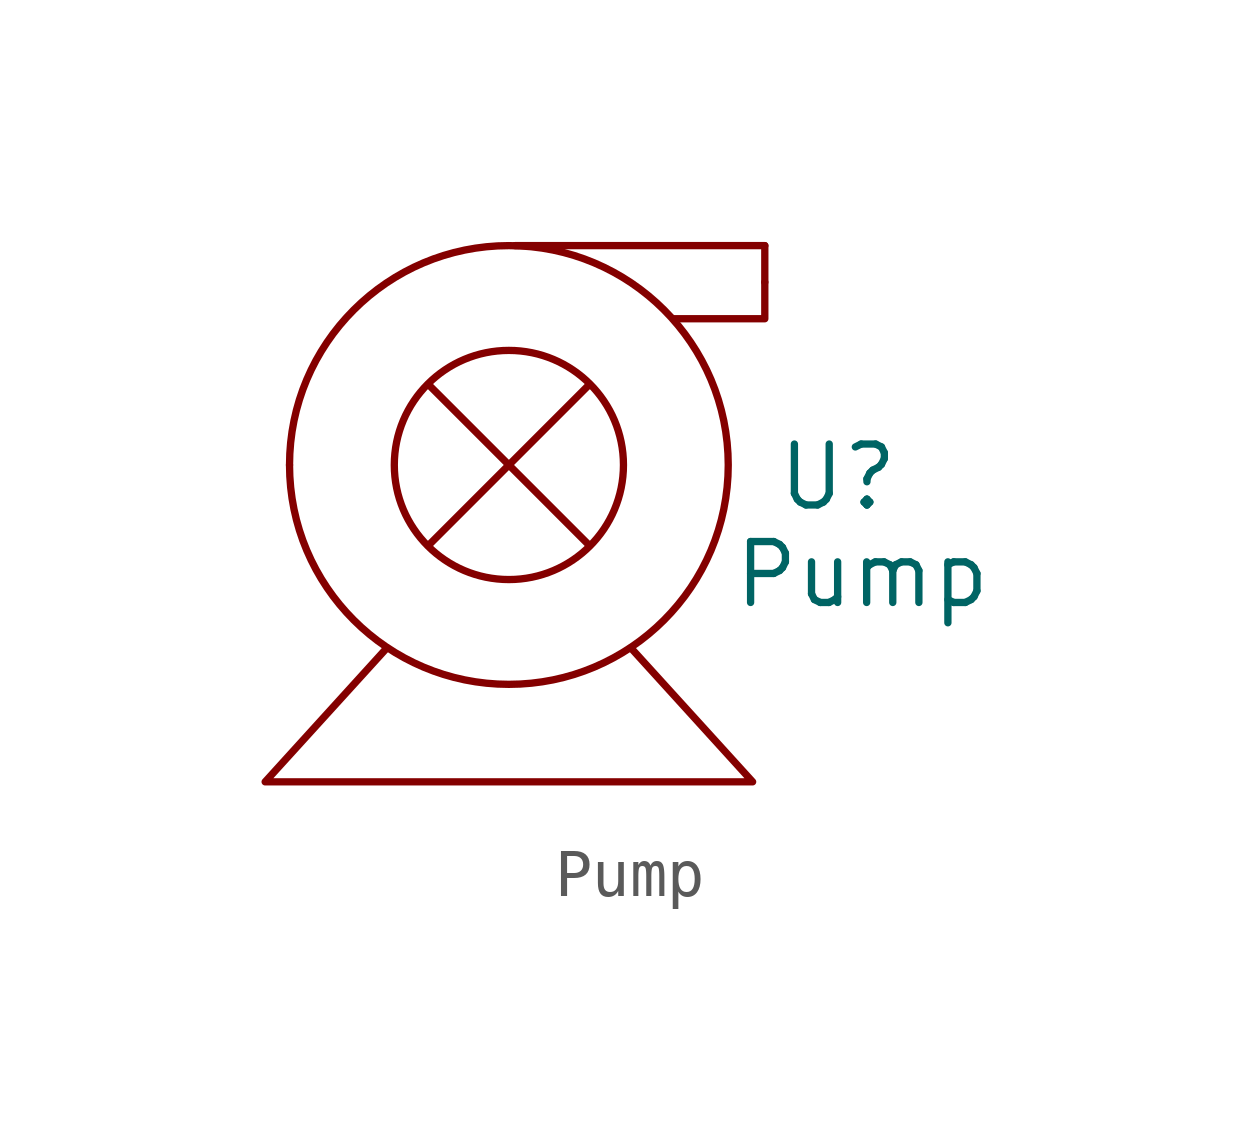
<source format=kicad_sym>
(kicad_symbol_lib
  (version 20211014)
  (generator kicad_symbol_editor)
  (symbol "Pump"
    (pin_names
      (offset 1.016))
    (property "Reference" "U"
      (at 6.858 -0.254 0)
      (effects (font (size 1.27 1.27))))
    (property "Value" "Pump"
      (at 7.366 -2.286 0)
      (effects (font (size 1.27 1.27))))
    (symbol "Pump_0_1"
      (polyline (pts (xy -1.651 1.651) (xy 1.651 -1.651)) (stroke (width 0) (type default) (color 0 0 0 0)) (fill (type none)))
      (polyline (pts (xy 1.651 1.651) (xy -1.651 -1.651)) (stroke (width 0) (type default) (color 0 0 0 0)) (fill (type none)))
      (polyline (pts (xy 5.334 4.572) (xy 0.127 4.572)) (stroke (width 0) (type default) (color 0 0 0 0)) (fill (type none)))
      (polyline (pts (xy 5.334 4.572) (xy 5.334 3.048) (xy 3.429 3.048)) (stroke (width 0) (type default) (color 0 0 0 0)) (fill (type none)))
      (polyline (pts (xy -2.54 -3.81) (xy -5.08 -6.604) (xy 5.08 -6.604) (xy 2.54 -3.81)) (stroke (width 0) (type default) (color 0 0 0 0)) (fill (type none)))
      (circle (center 0 0) (radius 2.388) (stroke (width 0) (type default) (color 0 0 0 0)) (fill (type none)))
      (circle (center 0 0) (radius 4.572) (stroke (width 0) (type default) (color 0 0 0 0)) (fill (type none))))
    (symbol "Pump_1_1"
      (pin input line (at -4.572 0 0) (length 0) (name "~" (effects (font (size 1.27 1.27)))) (number "~" (effects (font (size 1.27 1.27)))))
      (pin output line (at 5.334 3.81 180) (length 0) (name "~" (effects (font (size 1.27 1.27)))) (number "~" (effects (font (size 1.27 1.27))))))))
</source>
